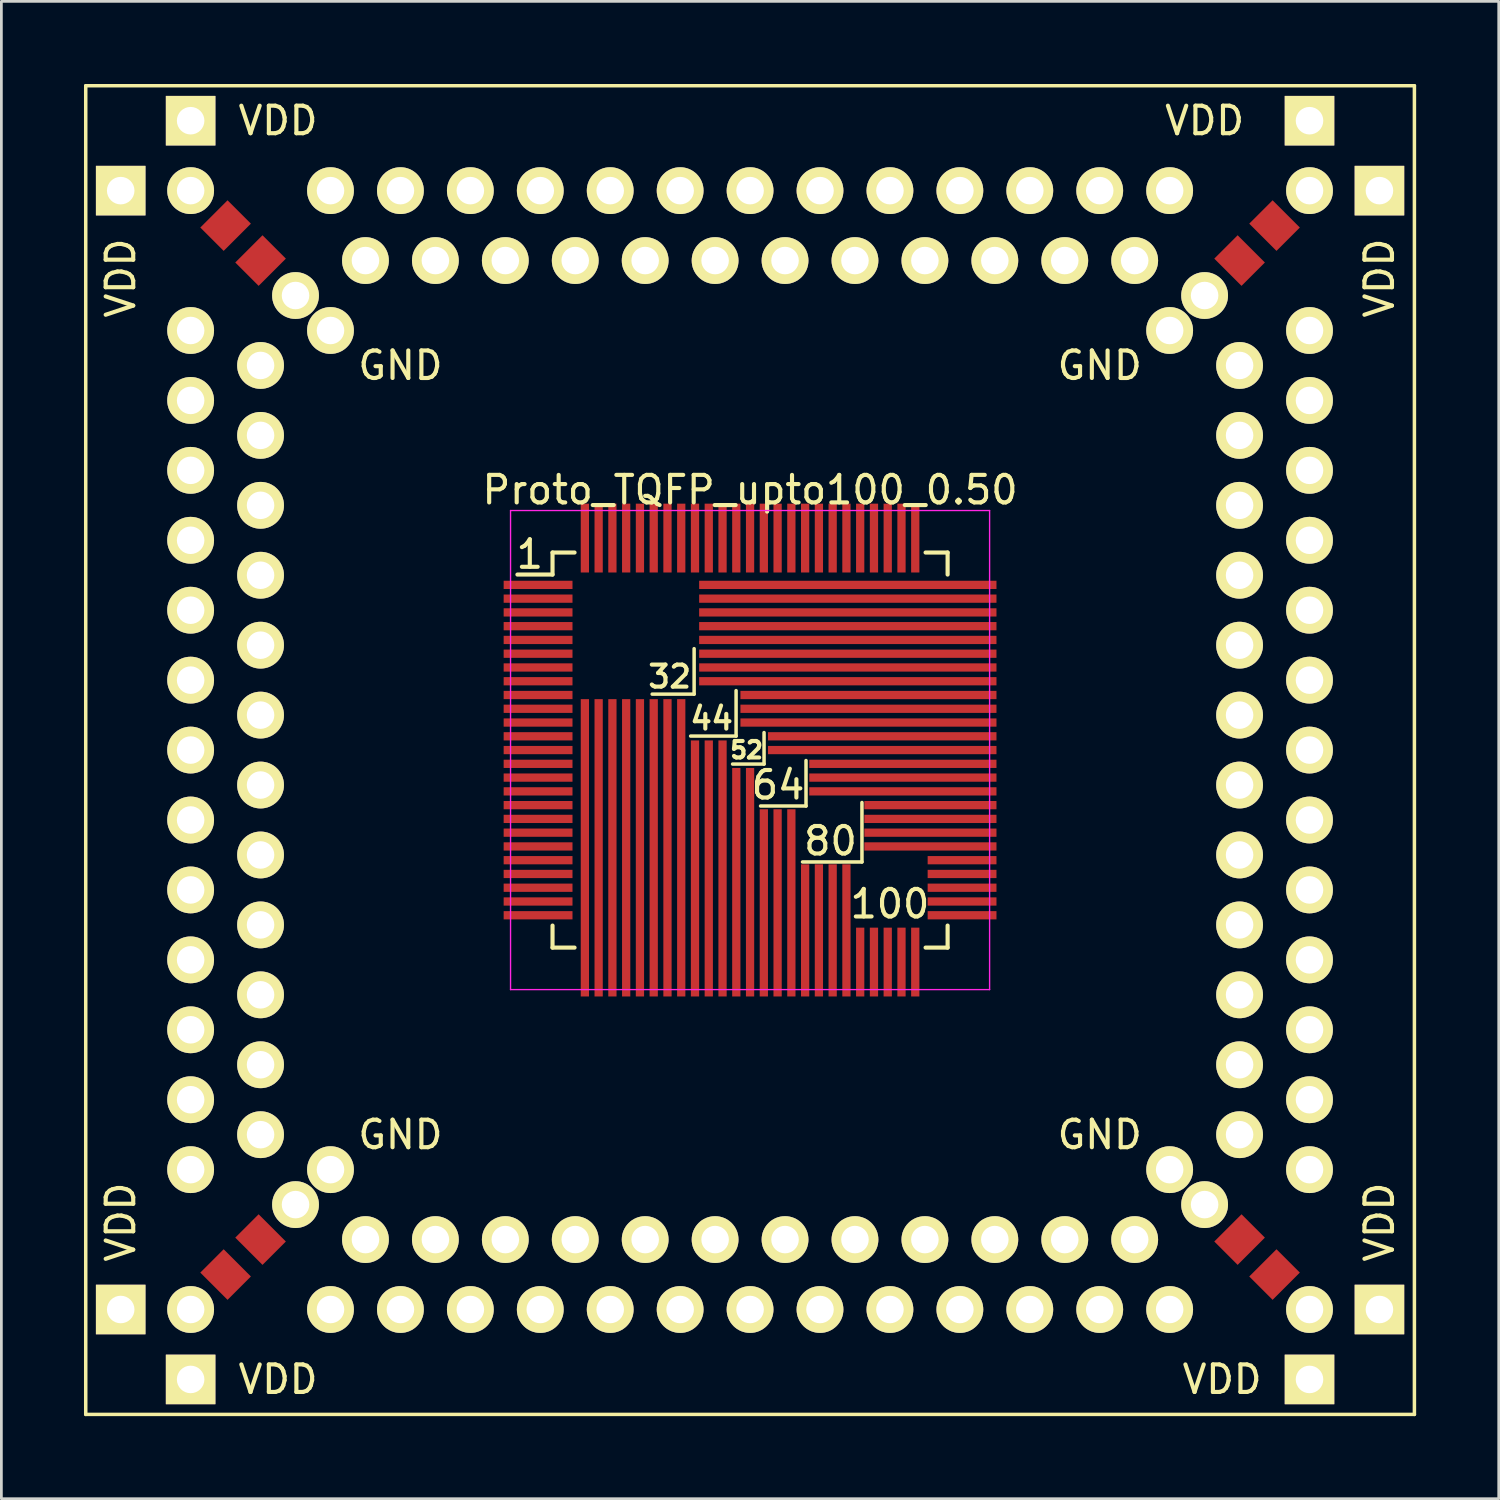
<source format=kicad_pcb>
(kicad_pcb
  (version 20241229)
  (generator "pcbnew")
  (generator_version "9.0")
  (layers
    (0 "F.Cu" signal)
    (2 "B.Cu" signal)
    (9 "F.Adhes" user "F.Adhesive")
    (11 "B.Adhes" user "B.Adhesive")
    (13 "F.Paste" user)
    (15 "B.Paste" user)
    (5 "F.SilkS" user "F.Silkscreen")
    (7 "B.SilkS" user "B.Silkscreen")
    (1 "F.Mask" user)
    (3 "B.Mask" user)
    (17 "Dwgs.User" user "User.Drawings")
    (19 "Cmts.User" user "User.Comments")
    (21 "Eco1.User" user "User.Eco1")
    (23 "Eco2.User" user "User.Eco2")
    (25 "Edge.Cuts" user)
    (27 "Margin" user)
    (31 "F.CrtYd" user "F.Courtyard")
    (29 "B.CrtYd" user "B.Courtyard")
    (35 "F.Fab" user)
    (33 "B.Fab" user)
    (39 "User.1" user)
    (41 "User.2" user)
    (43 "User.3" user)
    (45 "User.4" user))
  (footprint "Proto_TQFP_upto100_0.50"
    (layer "F.Cu")
    (at 24.194 24.194)
    (property "Reference" "Proto_TQFP_upto100_0.50" (at 0 -9.45 0) (layer "F.SilkS") (effects (font (size 1 1) (thickness 0.15))))
    (attr smd)
    (fp_line (start -24.13 -24.13) (end 24.13 -24.13) (stroke (width 0.127) (type solid)) (layer "F.SilkS"))
    (fp_line (start -24.13 24.13) (end -24.13 -24.13) (stroke (width 0.127) (type solid)) (layer "F.SilkS"))
    (fp_line (start -7.175 -7.175) (end -7.175 -6.375) (stroke (width 0.15) (type solid)) (layer "F.SilkS"))
    (fp_line (start -7.175 -7.175) (end -6.375 -7.175) (stroke (width 0.15) (type solid)) (layer "F.SilkS"))
    (fp_line (start -7.175 -6.375) (end -8.45 -6.375) (stroke (width 0.15) (type solid)) (layer "F.SilkS"))
    (fp_line (start -7.175 7.175) (end -7.175 6.375) (stroke (width 0.15) (type solid)) (layer "F.SilkS"))
    (fp_line (start -7.175 7.175) (end -6.375 7.175) (stroke (width 0.15) (type solid)) (layer "F.SilkS"))
    (fp_line (start -2.032 -3.683) (end -2.032 -2.032) (stroke (width 0.127) (type solid)) (layer "F.SilkS"))
    (fp_line (start -2.032 -2.032) (end -3.556 -2.032) (stroke (width 0.127) (type solid)) (layer "F.SilkS"))
    (fp_line (start -0.508 -2.159) (end -0.508 -0.508) (stroke (width 0.127) (type solid)) (layer "F.SilkS"))
    (fp_line (start -0.508 -0.508) (end -2.159 -0.508) (stroke (width 0.127) (type solid)) (layer "F.SilkS"))
    (fp_line (start 0.508 -0.635) (end 0.508 0.508) (stroke (width 0.127) (type solid)) (layer "F.SilkS"))
    (fp_line (start 0.508 0.508) (end -0.635 0.508) (stroke (width 0.127) (type solid)) (layer "F.SilkS"))
    (fp_line (start 2.032 0.381) (end 2.032 2.032) (stroke (width 0.127) (type solid)) (layer "F.SilkS"))
    (fp_line (start 2.032 2.032) (end 0.381 2.032) (stroke (width 0.127) (type solid)) (layer "F.SilkS"))
    (fp_line (start 4.064 1.905) (end 4.064 4.064) (stroke (width 0.127) (type solid)) (layer "F.SilkS"))
    (fp_line (start 4.064 4.064) (end 1.905 4.064) (stroke (width 0.127) (type solid)) (layer "F.SilkS"))
    (fp_line (start 7.175 -7.175) (end 6.375 -7.175) (stroke (width 0.15) (type solid)) (layer "F.SilkS"))
    (fp_line (start 7.175 -7.175) (end 7.175 -6.375) (stroke (width 0.15) (type solid)) (layer "F.SilkS"))
    (fp_line (start 7.175 7.175) (end 6.375 7.175) (stroke (width 0.15) (type solid)) (layer "F.SilkS"))
    (fp_line (start 7.175 7.175) (end 7.175 6.375) (stroke (width 0.15) (type solid)) (layer "F.SilkS"))
    (fp_line (start 24.13 -24.13) (end 24.13 24.13) (stroke (width 0.127) (type solid)) (layer "F.SilkS"))
    (fp_line (start 24.13 24.13) (end -24.13 24.13) (stroke (width 0.127) (type solid)) (layer "F.SilkS"))
    (fp_line (start -8.7 -8.7) (end -8.7 8.7) (stroke (width 0.05) (type solid)) (layer "F.CrtYd"))
    (fp_line (start -8.7 -8.7) (end 8.7 -8.7) (stroke (width 0.05) (type solid)) (layer "F.CrtYd"))
    (fp_line (start -8.7 8.7) (end 8.7 8.7) (stroke (width 0.05) (type solid)) (layer "F.CrtYd"))
    (fp_line (start 8.7 -8.7) (end 8.7 8.7) (stroke (width 0.05) (type solid)) (layer "F.CrtYd"))
    (fp_text user "VDD" (at -22.86 17.145 90) (layer "F.SilkS") (effects (font (size 1 1) (thickness 0.15))))
    (fp_text user "44" (at -1.397 -1.143 0) (layer "F.SilkS") (effects (font (size 0.8 0.8) (thickness 0.15))))
    (fp_text user "VDD" (at 22.86 -17.145 90) (layer "F.SilkS") (effects (font (size 1 1) (thickness 0.15))))
    (fp_text user "1" (at -8.001 -7.112 180) (layer "F.SilkS") (effects (font (size 1 1) (thickness 0.15))))
    (fp_text user "VDD" (at -17.145 -22.86 0) (layer "F.SilkS") (effects (font (size 1 1) (thickness 0.15))))
    (fp_text user "GND" (at 12.7 -13.97 0) (layer "F.SilkS") (effects (font (size 1 1) (thickness 0.15))))
    (fp_text user "GND" (at 12.7 13.97 0) (layer "F.SilkS") (effects (font (size 1 1) (thickness 0.15))))
    (fp_text user "80" (at 2.921 3.302 0) (layer "F.SilkS") (effects (font (size 1 1) (thickness 0.15))))
    (fp_text user "VDD" (at 16.51 -22.86 0) (layer "F.SilkS") (effects (font (size 1 1) (thickness 0.15))))
    (fp_text user "VDD" (at 22.86 17.145 90) (layer "F.SilkS") (effects (font (size 1 1) (thickness 0.15))))
    (fp_text user "100" (at 5.08 5.588 0) (layer "F.SilkS") (effects (font (size 1 1) (thickness 0.15))))
    (fp_text user "GND" (at -12.7 -13.97 0) (layer "F.SilkS") (effects (font (size 1 1) (thickness 0.15))))
    (fp_text user "VDD" (at -17.145 22.86 0) (layer "F.SilkS") (effects (font (size 1 1) (thickness 0.15))))
    (fp_text user "GND" (at -12.7 13.97 0) (layer "F.SilkS") (effects (font (size 1 1) (thickness 0.15))))
    (fp_text user "32" (at -2.921 -2.667 0) (layer "F.SilkS") (effects (font (size 0.8 0.8) (thickness 0.15))))
    (fp_text user "VDD" (at 17.145 22.86 0) (layer "F.SilkS") (effects (font (size 1 1) (thickness 0.15))))
    (fp_text user "64" (at 1.016 1.27 0) (layer "F.SilkS") (effects (font (size 1 1) (thickness 0.15))))
    (fp_text user "52" (at -0.127 0 0) (layer "F.SilkS") (effects (font (size 0.6 0.6) (thickness 0.15))))
    (fp_text user "VDD" (at -22.86 -17.145 90) (layer "F.SilkS") (effects (font (size 1 1) (thickness 0.15))))
    (pad "1" thru_hole circle (at -20.32 -15.24) (size 1.7 1.7) (drill 1) (layers "*.Cu" "*.Mask" "F.SilkS"))
    (pad "1" smd rect (at -7.7 -6) (size 2.5 0.3) (layers "F.Cu" "F.Mask" "F.Paste"))
    (pad "2" thru_hole circle (at -17.78 -13.97) (size 1.7 1.7) (drill 1) (layers "*.Cu" "*.Mask" "F.SilkS"))
    (pad "2" smd rect (at -7.7 -5.5) (size 2.5 0.3) (layers "F.Cu" "F.Mask" "F.Paste"))
    (pad "3" thru_hole circle (at -20.32 -12.7) (size 1.7 1.7) (drill 1) (layers "*.Cu" "*.Mask" "F.SilkS"))
    (pad "3" smd rect (at -7.7 -5) (size 2.5 0.3) (layers "F.Cu" "F.Mask" "F.Paste"))
    (pad "4" thru_hole circle (at -17.78 -11.43) (size 1.7 1.7) (drill 1) (layers "*.Cu" "*.Mask" "F.SilkS"))
    (pad "4" smd rect (at -7.7 -4.5) (size 2.5 0.3) (layers "F.Cu" "F.Mask" "F.Paste"))
    (pad "5" thru_hole circle (at -20.32 -10.16) (size 1.7 1.7) (drill 1) (layers "*.Cu" "*.Mask" "F.SilkS"))
    (pad "5" smd rect (at -7.7 -4) (size 2.5 0.3) (layers "F.Cu" "F.Mask" "F.Paste"))
    (pad "6" thru_hole circle (at -17.78 -8.89) (size 1.7 1.7) (drill 1) (layers "*.Cu" "*.Mask" "F.SilkS"))
    (pad "6" smd rect (at -7.7 -3.5) (size 2.5 0.3) (layers "F.Cu" "F.Mask" "F.Paste"))
    (pad "7" thru_hole circle (at -20.32 -7.62) (size 1.7 1.7) (drill 1) (layers "*.Cu" "*.Mask" "F.SilkS"))
    (pad "7" smd rect (at -7.7 -3) (size 2.5 0.3) (layers "F.Cu" "F.Mask" "F.Paste"))
    (pad "8" thru_hole circle (at -17.78 -6.35) (size 1.7 1.7) (drill 1) (layers "*.Cu" "*.Mask" "F.SilkS"))
    (pad "8" smd rect (at -7.7 -2.5) (size 2.5 0.3) (layers "F.Cu" "F.Mask" "F.Paste"))
    (pad "9" thru_hole circle (at -20.32 -5.08) (size 1.7 1.7) (drill 1) (layers "*.Cu" "*.Mask" "F.SilkS"))
    (pad "9" smd rect (at -7.7 -2) (size 2.5 0.3) (layers "F.Cu" "F.Mask" "F.Paste"))
    (pad "10" thru_hole circle (at -17.78 -3.81) (size 1.7 1.7) (drill 1) (layers "*.Cu" "*.Mask" "F.SilkS"))
    (pad "10" smd rect (at -7.7 -1.5) (size 2.5 0.3) (layers "F.Cu" "F.Mask" "F.Paste"))
    (pad "11" thru_hole circle (at -20.32 -2.54) (size 1.7 1.7) (drill 1) (layers "*.Cu" "*.Mask" "F.SilkS"))
    (pad "11" smd rect (at -7.7 -1) (size 2.5 0.3) (layers "F.Cu" "F.Mask" "F.Paste"))
    (pad "12" thru_hole circle (at -17.78 -1.27) (size 1.7 1.7) (drill 1) (layers "*.Cu" "*.Mask" "F.SilkS"))
    (pad "12" smd rect (at -7.7 -0.5) (size 2.5 0.3) (layers "F.Cu" "F.Mask" "F.Paste"))
    (pad "13" thru_hole circle (at -20.32 0) (size 1.7 1.7) (drill 1) (layers "*.Cu" "*.Mask" "F.SilkS"))
    (pad "13" smd rect (at -7.7 0) (size 2.5 0.3) (layers "F.Cu" "F.Mask" "F.Paste"))
    (pad "14" thru_hole circle (at -17.78 1.27) (size 1.7 1.7) (drill 1) (layers "*.Cu" "*.Mask" "F.SilkS"))
    (pad "14" smd rect (at -7.7 0.5) (size 2.5 0.3) (layers "F.Cu" "F.Mask" "F.Paste"))
    (pad "15" thru_hole circle (at -20.32 2.54) (size 1.7 1.7) (drill 1) (layers "*.Cu" "*.Mask" "F.SilkS"))
    (pad "15" smd rect (at -7.7 1) (size 2.5 0.3) (layers "F.Cu" "F.Mask" "F.Paste"))
    (pad "16" thru_hole circle (at -17.78 3.81) (size 1.7 1.7) (drill 1) (layers "*.Cu" "*.Mask" "F.SilkS"))
    (pad "16" smd rect (at -7.7 1.5) (size 2.5 0.3) (layers "F.Cu" "F.Mask" "F.Paste"))
    (pad "17" thru_hole circle (at -20.32 5.08) (size 1.7 1.7) (drill 1) (layers "*.Cu" "*.Mask" "F.SilkS"))
    (pad "17" smd rect (at -7.7 2) (size 2.5 0.3) (layers "F.Cu" "F.Mask" "F.Paste"))
    (pad "18" thru_hole circle (at -17.78 6.35) (size 1.7 1.7) (drill 1) (layers "*.Cu" "*.Mask" "F.SilkS"))
    (pad "18" smd rect (at -7.7 2.5) (size 2.5 0.3) (layers "F.Cu" "F.Mask" "F.Paste"))
    (pad "19" thru_hole circle (at -20.32 7.62) (size 1.7 1.7) (drill 1) (layers "*.Cu" "*.Mask" "F.SilkS"))
    (pad "19" smd rect (at -7.7 3) (size 2.5 0.3) (layers "F.Cu" "F.Mask" "F.Paste"))
    (pad "20" thru_hole circle (at -17.78 8.89) (size 1.7 1.7) (drill 1) (layers "*.Cu" "*.Mask" "F.SilkS"))
    (pad "20" smd rect (at -7.7 3.5) (size 2.5 0.3) (layers "F.Cu" "F.Mask" "F.Paste"))
    (pad "21" thru_hole circle (at -20.32 10.16) (size 1.7 1.7) (drill 1) (layers "*.Cu" "*.Mask" "F.SilkS"))
    (pad "21" smd rect (at -7.7 4) (size 2.5 0.3) (layers "F.Cu" "F.Mask" "F.Paste"))
    (pad "22" thru_hole circle (at -17.78 11.43) (size 1.7 1.7) (drill 1) (layers "*.Cu" "*.Mask" "F.SilkS"))
    (pad "22" smd rect (at -7.7 4.5) (size 2.5 0.3) (layers "F.Cu" "F.Mask" "F.Paste"))
    (pad "23" thru_hole circle (at -20.32 12.7) (size 1.7 1.7) (drill 1) (layers "*.Cu" "*.Mask" "F.SilkS"))
    (pad "23" smd rect (at -7.7 5) (size 2.5 0.3) (layers "F.Cu" "F.Mask" "F.Paste"))
    (pad "24" thru_hole circle (at -17.78 13.97) (size 1.7 1.7) (drill 1) (layers "*.Cu" "*.Mask" "F.SilkS"))
    (pad "24" smd rect (at -7.7 5.5) (size 2.5 0.3) (layers "F.Cu" "F.Mask" "F.Paste"))
    (pad "25" thru_hole circle (at -20.32 15.24) (size 1.7 1.7) (drill 1) (layers "*.Cu" "*.Mask" "F.SilkS"))
    (pad "25" smd rect (at -7.7 6) (size 2.5 0.3) (layers "F.Cu" "F.Mask" "F.Paste"))
    (pad "26" thru_hole circle (at -15.24 20.32) (size 1.7 1.7) (drill 1) (layers "*.Cu" "*.Mask" "F.SilkS"))
    (pad "26" smd rect (at -6 3.55 90) (size 10.8 0.3) (layers "F.Cu" "F.Mask" "F.Paste"))
    (pad "27" thru_hole circle (at -13.97 17.78) (size 1.7 1.7) (drill 1) (layers "*.Cu" "*.Mask" "F.SilkS"))
    (pad "27" smd rect (at -5.5 3.55 90) (size 10.8 0.3) (layers "F.Cu" "F.Mask" "F.Paste"))
    (pad "28" thru_hole circle (at -12.7 20.32) (size 1.7 1.7) (drill 1) (layers "*.Cu" "*.Mask" "F.SilkS"))
    (pad "28" smd rect (at -5 3.55 90) (size 10.8 0.3) (layers "F.Cu" "F.Mask" "F.Paste"))
    (pad "29" thru_hole circle (at -11.43 17.78) (size 1.7 1.7) (drill 1) (layers "*.Cu" "*.Mask" "F.SilkS"))
    (pad "29" smd rect (at -4.5 3.55 90) (size 10.8 0.3) (layers "F.Cu" "F.Mask" "F.Paste"))
    (pad "30" thru_hole circle (at -10.16 20.32) (size 1.7 1.7) (drill 1) (layers "*.Cu" "*.Mask" "F.SilkS"))
    (pad "30" smd rect (at -4 3.55 90) (size 10.8 0.3) (layers "F.Cu" "F.Mask" "F.Paste"))
    (pad "31" thru_hole circle (at -8.89 17.78) (size 1.7 1.7) (drill 1) (layers "*.Cu" "*.Mask" "F.SilkS"))
    (pad "31" smd rect (at -3.5 3.55 90) (size 10.8 0.3) (layers "F.Cu" "F.Mask" "F.Paste"))
    (pad "32" thru_hole circle (at -7.62 20.32) (size 1.7 1.7) (drill 1) (layers "*.Cu" "*.Mask" "F.SilkS"))
    (pad "32" smd rect (at -3 3.55 90) (size 10.8 0.3) (layers "F.Cu" "F.Mask" "F.Paste"))
    (pad "33" thru_hole circle (at -6.35 17.78) (size 1.7 1.7) (drill 1) (layers "*.Cu" "*.Mask" "F.SilkS"))
    (pad "33" smd rect (at -2.5 3.55 90) (size 10.8 0.3) (layers "F.Cu" "F.Mask" "F.Paste"))
    (pad "34" thru_hole circle (at -5.08 20.32) (size 1.7 1.7) (drill 1) (layers "*.Cu" "*.Mask" "F.SilkS"))
    (pad "34" smd rect (at -2 4.3 90) (size 9.3 0.3) (layers "F.Cu" "F.Mask" "F.Paste"))
    (pad "35" thru_hole circle (at -3.81 17.78) (size 1.7 1.7) (drill 1) (layers "*.Cu" "*.Mask" "F.SilkS"))
    (pad "35" smd rect (at -1.5 4.3 90) (size 9.3 0.3) (layers "F.Cu" "F.Mask" "F.Paste"))
    (pad "36" thru_hole circle (at -2.54 20.32) (size 1.7 1.7) (drill 1) (layers "*.Cu" "*.Mask" "F.SilkS"))
    (pad "36" smd rect (at -1 4.3 90) (size 9.3 0.3) (layers "F.Cu" "F.Mask" "F.Paste"))
    (pad "37" thru_hole circle (at -1.27 17.78) (size 1.7 1.7) (drill 1) (layers "*.Cu" "*.Mask" "F.SilkS"))
    (pad "37" smd rect (at -0.5 4.8 90) (size 8.3 0.3) (layers "F.Cu" "F.Mask" "F.Paste"))
    (pad "38" smd rect (at 0 4.8 90) (size 8.3 0.3) (layers "F.Cu" "F.Mask" "F.Paste"))
    (pad "38" thru_hole circle (at 0 20.32) (size 1.7 1.7) (drill 1) (layers "*.Cu" "*.Mask" "F.SilkS"))
    (pad "39" smd rect (at 0.5 5.55 90) (size 6.8 0.3) (layers "F.Cu" "F.Mask" "F.Paste"))
    (pad "39" thru_hole circle (at 1.27 17.78) (size 1.7 1.7) (drill 1) (layers "*.Cu" "*.Mask" "F.SilkS"))
    (pad "40" smd rect (at 1 5.55 90) (size 6.8 0.3) (layers "F.Cu" "F.Mask" "F.Paste"))
    (pad "40" thru_hole circle (at 2.54 20.32) (size 1.7 1.7) (drill 1) (layers "*.Cu" "*.Mask" "F.SilkS"))
    (pad "41" smd rect (at 1.5 5.55 90) (size 6.8 0.3) (layers "F.Cu" "F.Mask" "F.Paste"))
    (pad "41" thru_hole circle (at 3.81 17.78) (size 1.7 1.7) (drill 1) (layers "*.Cu" "*.Mask" "F.SilkS"))
    (pad "42" smd rect (at 2 6.55 90) (size 4.8 0.3) (layers "F.Cu" "F.Mask" "F.Paste"))
    (pad "42" thru_hole circle (at 5.08 20.32) (size 1.7 1.7) (drill 1) (layers "*.Cu" "*.Mask" "F.SilkS"))
    (pad "43" smd rect (at 2.5 6.55 90) (size 4.8 0.3) (layers "F.Cu" "F.Mask" "F.Paste"))
    (pad "43" thru_hole circle (at 6.35 17.78) (size 1.7 1.7) (drill 1) (layers "*.Cu" "*.Mask" "F.SilkS"))
    (pad "44" smd rect (at 3 6.55 90) (size 4.8 0.3) (layers "F.Cu" "F.Mask" "F.Paste"))
    (pad "44" thru_hole circle (at 7.62 20.32) (size 1.7 1.7) (drill 1) (layers "*.Cu" "*.Mask" "F.SilkS"))
    (pad "45" smd rect (at 3.5 6.55 90) (size 4.8 0.3) (layers "F.Cu" "F.Mask" "F.Paste"))
    (pad "45" thru_hole circle (at 8.89 17.78) (size 1.7 1.7) (drill 1) (layers "*.Cu" "*.Mask" "F.SilkS"))
    (pad "46" smd rect (at 4 7.7 90) (size 2.5 0.3) (layers "F.Cu" "F.Mask" "F.Paste"))
    (pad "46" thru_hole circle (at 10.16 20.32) (size 1.7 1.7) (drill 1) (layers "*.Cu" "*.Mask" "F.SilkS"))
    (pad "47" smd rect (at 4.5 7.7 90) (size 2.5 0.3) (layers "F.Cu" "F.Mask" "F.Paste"))
    (pad "47" thru_hole circle (at 11.43 17.78) (size 1.7 1.7) (drill 1) (layers "*.Cu" "*.Mask" "F.SilkS"))
    (pad "48" smd rect (at 5 7.7 90) (size 2.5 0.3) (layers "F.Cu" "F.Mask" "F.Paste"))
    (pad "48" thru_hole circle (at 12.7 20.32) (size 1.7 1.7) (drill 1) (layers "*.Cu" "*.Mask" "F.SilkS"))
    (pad "49" smd rect (at 5.5 7.7 90) (size 2.5 0.3) (layers "F.Cu" "F.Mask" "F.Paste"))
    (pad "49" thru_hole circle (at 13.97 17.78) (size 1.7 1.7) (drill 1) (layers "*.Cu" "*.Mask" "F.SilkS"))
    (pad "50" smd rect (at 6 7.7 90) (size 2.5 0.3) (layers "F.Cu" "F.Mask" "F.Paste"))
    (pad "50" thru_hole circle (at 15.24 20.32) (size 1.7 1.7) (drill 1) (layers "*.Cu" "*.Mask" "F.SilkS"))
    (pad "51" smd rect (at 7.7 6) (size 2.5 0.3) (layers "F.Cu" "F.Mask" "F.Paste"))
    (pad "51" thru_hole circle (at 20.32 15.24) (size 1.7 1.7) (drill 1) (layers "*.Cu" "*.Mask" "F.SilkS"))
    (pad "52" smd rect (at 7.7 5.5) (size 2.5 0.3) (layers "F.Cu" "F.Mask" "F.Paste"))
    (pad "52" thru_hole circle (at 17.78 13.97) (size 1.7 1.7) (drill 1) (layers "*.Cu" "*.Mask" "F.SilkS"))
    (pad "53" smd rect (at 7.7 5) (size 2.5 0.3) (layers "F.Cu" "F.Mask" "F.Paste"))
    (pad "53" thru_hole circle (at 20.32 12.7) (size 1.7 1.7) (drill 1) (layers "*.Cu" "*.Mask" "F.SilkS"))
    (pad "54" smd rect (at 7.7 4.5) (size 2.5 0.3) (layers "F.Cu" "F.Mask" "F.Paste"))
    (pad "54" thru_hole circle (at 17.78 11.43) (size 1.7 1.7) (drill 1) (layers "*.Cu" "*.Mask" "F.SilkS"))
    (pad "55" smd rect (at 7.7 4) (size 2.5 0.3) (layers "F.Cu" "F.Mask" "F.Paste"))
    (pad "55" thru_hole circle (at 20.32 10.16) (size 1.7 1.7) (drill 1) (layers "*.Cu" "*.Mask" "F.SilkS"))
    (pad "56" smd rect (at 6.55 3.5) (size 4.8 0.3) (layers "F.Cu" "F.Mask" "F.Paste"))
    (pad "56" thru_hole circle (at 17.78 8.89) (size 1.7 1.7) (drill 1) (layers "*.Cu" "*.Mask" "F.SilkS"))
    (pad "57" smd rect (at 6.55 3) (size 4.8 0.3) (layers "F.Cu" "F.Mask" "F.Paste"))
    (pad "57" thru_hole circle (at 20.32 7.62) (size 1.7 1.7) (drill 1) (layers "*.Cu" "*.Mask" "F.SilkS"))
    (pad "58" smd rect (at 6.55 2.5) (size 4.8 0.3) (layers "F.Cu" "F.Mask" "F.Paste"))
    (pad "58" thru_hole circle (at 17.78 6.35) (size 1.7 1.7) (drill 1) (layers "*.Cu" "*.Mask" "F.SilkS"))
    (pad "59" smd rect (at 6.55 2) (size 4.8 0.3) (layers "F.Cu" "F.Mask" "F.Paste"))
    (pad "59" thru_hole circle (at 20.32 5.08) (size 1.7 1.7) (drill 1) (layers "*.Cu" "*.Mask" "F.SilkS"))
    (pad "60" smd rect (at 5.55 1.5) (size 6.8 0.3) (layers "F.Cu" "F.Mask" "F.Paste"))
    (pad "60" thru_hole circle (at 17.78 3.81) (size 1.7 1.7) (drill 1) (layers "*.Cu" "*.Mask" "F.SilkS"))
    (pad "61" smd rect (at 5.55 1) (size 6.8 0.3) (layers "F.Cu" "F.Mask" "F.Paste"))
    (pad "61" thru_hole circle (at 20.32 2.54) (size 1.7 1.7) (drill 1) (layers "*.Cu" "*.Mask" "F.SilkS"))
    (pad "62" smd rect (at 5.55 0.5) (size 6.8 0.3) (layers "F.Cu" "F.Mask" "F.Paste"))
    (pad "62" thru_hole circle (at 17.78 1.27) (size 1.7 1.7) (drill 1) (layers "*.Cu" "*.Mask" "F.SilkS"))
    (pad "63" smd rect (at 4.8 0) (size 8.3 0.3) (layers "F.Cu" "F.Mask" "F.Paste"))
    (pad "63" thru_hole circle (at 20.32 0) (size 1.7 1.7) (drill 1) (layers "*.Cu" "*.Mask" "F.SilkS"))
    (pad "64" smd rect (at 4.8 -0.5) (size 8.3 0.3) (layers "F.Cu" "F.Mask" "F.Paste"))
    (pad "64" thru_hole circle (at 17.78 -1.27) (size 1.7 1.7) (drill 1) (layers "*.Cu" "*.Mask" "F.SilkS"))
    (pad "65" smd rect (at 4.3 -1) (size 9.3 0.3) (layers "F.Cu" "F.Mask" "F.Paste"))
    (pad "65" thru_hole circle (at 20.32 -2.54) (size 1.7 1.7) (drill 1) (layers "*.Cu" "*.Mask" "F.SilkS"))
    (pad "66" smd rect (at 4.3 -1.5) (size 9.3 0.3) (layers "F.Cu" "F.Mask" "F.Paste"))
    (pad "66" thru_hole circle (at 17.78 -3.81) (size 1.7 1.7) (drill 1) (layers "*.Cu" "*.Mask" "F.SilkS"))
    (pad "67" smd rect (at 4.3 -2) (size 9.3 0.3) (layers "F.Cu" "F.Mask" "F.Paste"))
    (pad "67" thru_hole circle (at 20.32 -5.08) (size 1.7 1.7) (drill 1) (layers "*.Cu" "*.Mask" "F.SilkS"))
    (pad "68" smd rect (at 3.55 -2.5) (size 10.8 0.3) (layers "F.Cu" "F.Mask" "F.Paste"))
    (pad "68" thru_hole circle (at 17.78 -6.35) (size 1.7 1.7) (drill 1) (layers "*.Cu" "*.Mask" "F.SilkS"))
    (pad "69" smd rect (at 3.55 -3) (size 10.8 0.3) (layers "F.Cu" "F.Mask" "F.Paste"))
    (pad "69" thru_hole circle (at 20.32 -7.62) (size 1.7 1.7) (drill 1) (layers "*.Cu" "*.Mask" "F.SilkS"))
    (pad "70" smd rect (at 3.55 -3.5) (size 10.8 0.3) (layers "F.Cu" "F.Mask" "F.Paste"))
    (pad "70" thru_hole circle (at 17.78 -8.89) (size 1.7 1.7) (drill 1) (layers "*.Cu" "*.Mask" "F.SilkS"))
    (pad "71" smd rect (at 3.55 -4) (size 10.8 0.3) (layers "F.Cu" "F.Mask" "F.Paste"))
    (pad "71" thru_hole circle (at 20.32 -10.16) (size 1.7 1.7) (drill 1) (layers "*.Cu" "*.Mask" "F.SilkS"))
    (pad "72" smd rect (at 3.55 -4.5) (size 10.8 0.3) (layers "F.Cu" "F.Mask" "F.Paste"))
    (pad "72" thru_hole circle (at 17.78 -11.43) (size 1.7 1.7) (drill 1) (layers "*.Cu" "*.Mask" "F.SilkS"))
    (pad "73" smd rect (at 3.55 -5) (size 10.8 0.3) (layers "F.Cu" "F.Mask" "F.Paste"))
    (pad "73" thru_hole circle (at 20.32 -12.7) (size 1.7 1.7) (drill 1) (layers "*.Cu" "*.Mask" "F.SilkS"))
    (pad "74" smd rect (at 3.55 -5.5) (size 10.8 0.3) (layers "F.Cu" "F.Mask" "F.Paste"))
    (pad "74" thru_hole circle (at 17.78 -13.97) (size 1.7 1.7) (drill 1) (layers "*.Cu" "*.Mask" "F.SilkS"))
    (pad "75" smd rect (at 3.55 -6) (size 10.8 0.3) (layers "F.Cu" "F.Mask" "F.Paste"))
    (pad "75" thru_hole circle (at 20.32 -15.24) (size 1.7 1.7) (drill 1) (layers "*.Cu" "*.Mask" "F.SilkS"))
    (pad "76" smd rect (at 6 -7.7 90) (size 2.5 0.3) (layers "F.Cu" "F.Mask" "F.Paste"))
    (pad "76" thru_hole circle (at 15.24 -20.32) (size 1.7 1.7) (drill 1) (layers "*.Cu" "*.Mask" "F.SilkS"))
    (pad "77" smd rect (at 5.5 -7.7 90) (size 2.5 0.3) (layers "F.Cu" "F.Mask" "F.Paste"))
    (pad "77" thru_hole circle (at 13.97 -17.78) (size 1.7 1.7) (drill 1) (layers "*.Cu" "*.Mask" "F.SilkS"))
    (pad "78" smd rect (at 5 -7.7 90) (size 2.5 0.3) (layers "F.Cu" "F.Mask" "F.Paste"))
    (pad "78" thru_hole circle (at 12.7 -20.32) (size 1.7 1.7) (drill 1) (layers "*.Cu" "*.Mask" "F.SilkS"))
    (pad "79" smd rect (at 4.5 -7.7 90) (size 2.5 0.3) (layers "F.Cu" "F.Mask" "F.Paste"))
    (pad "79" thru_hole circle (at 11.43 -17.78) (size 1.7 1.7) (drill 1) (layers "*.Cu" "*.Mask" "F.SilkS"))
    (pad "80" smd rect (at 4 -7.7 90) (size 2.5 0.3) (layers "F.Cu" "F.Mask" "F.Paste"))
    (pad "80" thru_hole circle (at 10.16 -20.32) (size 1.7 1.7) (drill 1) (layers "*.Cu" "*.Mask" "F.SilkS"))
    (pad "81" smd rect (at 3.5 -7.7 90) (size 2.5 0.3) (layers "F.Cu" "F.Mask" "F.Paste"))
    (pad "81" thru_hole circle (at 8.89 -17.78) (size 1.7 1.7) (drill 1) (layers "*.Cu" "*.Mask" "F.SilkS"))
    (pad "82" smd rect (at 3 -7.7 90) (size 2.5 0.3) (layers "F.Cu" "F.Mask" "F.Paste"))
    (pad "82" thru_hole circle (at 7.62 -20.32) (size 1.7 1.7) (drill 1) (layers "*.Cu" "*.Mask" "F.SilkS"))
    (pad "83" smd rect (at 2.5 -7.7 90) (size 2.5 0.3) (layers "F.Cu" "F.Mask" "F.Paste"))
    (pad "83" thru_hole circle (at 6.35 -17.78) (size 1.7 1.7) (drill 1) (layers "*.Cu" "*.Mask" "F.SilkS"))
    (pad "84" smd rect (at 2 -7.7 90) (size 2.5 0.3) (layers "F.Cu" "F.Mask" "F.Paste"))
    (pad "84" thru_hole circle (at 5.08 -20.32) (size 1.7 1.7) (drill 1) (layers "*.Cu" "*.Mask" "F.SilkS"))
    (pad "85" smd rect (at 1.5 -7.7 90) (size 2.5 0.3) (layers "F.Cu" "F.Mask" "F.Paste"))
    (pad "85" thru_hole circle (at 3.81 -17.78) (size 1.7 1.7) (drill 1) (layers "*.Cu" "*.Mask" "F.SilkS"))
    (pad "86" smd rect (at 1 -7.7 90) (size 2.5 0.3) (layers "F.Cu" "F.Mask" "F.Paste"))
    (pad "86" thru_hole circle (at 2.54 -20.32) (size 1.7 1.7) (drill 1) (layers "*.Cu" "*.Mask" "F.SilkS"))
    (pad "87" smd rect (at 0.5 -7.7 90) (size 2.5 0.3) (layers "F.Cu" "F.Mask" "F.Paste"))
    (pad "87" thru_hole circle (at 1.27 -17.78) (size 1.7 1.7) (drill 1) (layers "*.Cu" "*.Mask" "F.SilkS"))
    (pad "88" thru_hole circle (at 0 -20.32) (size 1.7 1.7) (drill 1) (layers "*.Cu" "*.Mask" "F.SilkS"))
    (pad "88" smd rect (at 0 -7.7 90) (size 2.5 0.3) (layers "F.Cu" "F.Mask" "F.Paste"))
    (pad "89" thru_hole circle (at -1.27 -17.78) (size 1.7 1.7) (drill 1) (layers "*.Cu" "*.Mask" "F.SilkS"))
    (pad "89" smd rect (at -0.5 -7.7 90) (size 2.5 0.3) (layers "F.Cu" "F.Mask" "F.Paste"))
    (pad "90" thru_hole circle (at -2.54 -20.32) (size 1.7 1.7) (drill 1) (layers "*.Cu" "*.Mask" "F.SilkS"))
    (pad "90" smd rect (at -1 -7.7 90) (size 2.5 0.3) (layers "F.Cu" "F.Mask" "F.Paste"))
    (pad "91" thru_hole circle (at -3.81 -17.78) (size 1.7 1.7) (drill 1) (layers "*.Cu" "*.Mask" "F.SilkS"))
    (pad "91" smd rect (at -1.5 -7.7 90) (size 2.5 0.3) (layers "F.Cu" "F.Mask" "F.Paste"))
    (pad "92" thru_hole circle (at -5.08 -20.32) (size 1.7 1.7) (drill 1) (layers "*.Cu" "*.Mask" "F.SilkS"))
    (pad "92" smd rect (at -2 -7.7 90) (size 2.5 0.3) (layers "F.Cu" "F.Mask" "F.Paste"))
    (pad "93" thru_hole circle (at -6.35 -17.78) (size 1.7 1.7) (drill 1) (layers "*.Cu" "*.Mask" "F.SilkS"))
    (pad "93" smd rect (at -2.5 -7.7 90) (size 2.5 0.3) (layers "F.Cu" "F.Mask" "F.Paste"))
    (pad "94" thru_hole circle (at -7.62 -20.32) (size 1.7 1.7) (drill 1) (layers "*.Cu" "*.Mask" "F.SilkS"))
    (pad "94" smd rect (at -3 -7.7 90) (size 2.5 0.3) (layers "F.Cu" "F.Mask" "F.Paste"))
    (pad "95" thru_hole circle (at -8.89 -17.78) (size 1.7 1.7) (drill 1) (layers "*.Cu" "*.Mask" "F.SilkS"))
    (pad "95" smd rect (at -3.5 -7.7 90) (size 2.5 0.3) (layers "F.Cu" "F.Mask" "F.Paste"))
    (pad "96" thru_hole circle (at -10.16 -20.32) (size 1.7 1.7) (drill 1) (layers "*.Cu" "*.Mask" "F.SilkS"))
    (pad "96" smd rect (at -4 -7.7 90) (size 2.5 0.3) (layers "F.Cu" "F.Mask" "F.Paste"))
    (pad "97" thru_hole circle (at -11.43 -17.78) (size 1.7 1.7) (drill 1) (layers "*.Cu" "*.Mask" "F.SilkS"))
    (pad "97" smd rect (at -4.5 -7.7 90) (size 2.5 0.3) (layers "F.Cu" "F.Mask" "F.Paste"))
    (pad "98" thru_hole circle (at -12.7 -20.32) (size 1.7 1.7) (drill 1) (layers "*.Cu" "*.Mask" "F.SilkS"))
    (pad "98" smd rect (at -5 -7.7 90) (size 2.5 0.3) (layers "F.Cu" "F.Mask" "F.Paste"))
    (pad "99" thru_hole circle (at -13.97 -17.78) (size 1.7 1.7) (drill 1) (layers "*.Cu" "*.Mask" "F.SilkS"))
    (pad "99" smd rect (at -5.5 -7.7 90) (size 2.5 0.3) (layers "F.Cu" "F.Mask" "F.Paste"))
    (pad "100" thru_hole circle (at -15.24 -20.32) (size 1.7 1.7) (drill 1) (layers "*.Cu" "*.Mask" "F.SilkS"))
    (pad "100" smd rect (at -6 -7.7 90) (size 2.5 0.3) (layers "F.Cu" "F.Mask" "F.Paste"))
    (pad "101" smd rect (at -17.78 -17.78 315) (size 1.2 1.4) (layers "F.Cu" "F.Mask" "F.Paste"))
    (pad "101" thru_hole circle (at -16.51 -16.51) (size 1.7 1.7) (drill 1) (layers "*.Cu" "*.Mask" "F.SilkS"))
    (pad "102" thru_hole circle (at -20.32 -20.32) (size 1.7 1.7) (drill 1) (layers "*.Cu" "*.Mask" "F.SilkS"))
    (pad "102" smd rect (at -19.05 -19.05 315) (size 1.2 1.4) (layers "F.Cu" "F.Mask" "F.Paste"))
    (pad "103" smd rect (at -17.78 17.78 45) (size 1.2 1.4) (layers "F.Cu" "F.Mask" "F.Paste"))
    (pad "103" thru_hole circle (at -16.51 16.51) (size 1.7 1.7) (drill 1) (layers "*.Cu" "*.Mask" "F.SilkS"))
    (pad "104" thru_hole circle (at -20.32 20.32) (size 1.7 1.7) (drill 1) (layers "*.Cu" "*.Mask" "F.SilkS"))
    (pad "104" smd rect (at -19.05 19.05 45) (size 1.2 1.4) (layers "F.Cu" "F.Mask" "F.Paste"))
    (pad "105" thru_hole circle (at 16.51 16.51) (size 1.7 1.7) (drill 1) (layers "*.Cu" "*.Mask" "F.SilkS"))
    (pad "105" smd rect (at 17.78 17.78 315) (size 1.2 1.4) (layers "F.Cu" "F.Mask" "F.Paste"))
    (pad "106" smd rect (at 19.05 19.05 315) (size 1.2 1.4) (layers "F.Cu" "F.Mask" "F.Paste"))
    (pad "106" thru_hole circle (at 20.32 20.32) (size 1.7 1.7) (drill 1) (layers "*.Cu" "*.Mask" "F.SilkS"))
    (pad "107" thru_hole circle (at 16.51 -16.51) (size 1.7 1.7) (drill 1) (layers "*.Cu" "*.Mask" "F.SilkS"))
    (pad "107" smd rect (at 17.78 -17.78 45) (size 1.2 1.4) (layers "F.Cu" "F.Mask" "F.Paste"))
    (pad "108" smd rect (at 19.05 -19.05 45) (size 1.2 1.4) (layers "F.Cu" "F.Mask" "F.Paste"))
    (pad "108" thru_hole circle (at 20.32 -20.32) (size 1.7 1.7) (drill 1) (layers "*.Cu" "*.Mask" "F.SilkS"))
    (pad "109" thru_hole circle (at -15.24 -15.24) (size 1.7 1.7) (drill 1) (layers "*.Cu" "*.Mask" "F.SilkS"))
    (pad "110" thru_hole circle (at 15.24 -15.24) (size 1.7 1.7) (drill 1) (layers "*.Cu" "*.Mask" "F.SilkS"))
    (pad "111" thru_hole circle (at -15.24 15.24) (size 1.7 1.7) (drill 1) (layers "*.Cu" "*.Mask" "F.SilkS"))
    (pad "112" thru_hole circle (at 15.24 15.24) (size 1.7 1.7) (drill 1) (layers "*.Cu" "*.Mask" "F.SilkS"))
    (pad "113" thru_hole rect (at 20.32 -22.86) (size 1.8 1.8) (drill 1) (layers "*.Cu" "*.Mask" "F.SilkS"))
    (pad "114" thru_hole rect (at 22.86 -20.32) (size 1.8 1.8) (drill 1) (layers "*.Cu" "*.Mask" "F.SilkS"))
    (pad "115" thru_hole rect (at -20.32 -22.86) (size 1.8 1.8) (drill 1) (layers "*.Cu" "*.Mask" "F.SilkS"))
    (pad "116" thru_hole rect (at -22.86 -20.32) (size 1.8 1.8) (drill 1) (layers "*.Cu" "*.Mask" "F.SilkS"))
    (pad "117" thru_hole rect (at 22.86 20.32) (size 1.8 1.8) (drill 1) (layers "*.Cu" "*.Mask" "F.SilkS"))
    (pad "118" thru_hole rect (at 20.32 22.86) (size 1.8 1.8) (drill 1) (layers "*.Cu" "*.Mask" "F.SilkS"))
    (pad "119" thru_hole rect (at -20.32 22.86) (size 1.8 1.8) (drill 1) (layers "*.Cu" "*.Mask" "F.SilkS"))
    (pad "120" thru_hole rect (at -22.86 20.32) (size 1.8 1.8) (drill 1) (layers "*.Cu" "*.Mask" "F.SilkS")))
  (gr_rect
    (start -3 -3)
    (end 51.387 51.387)
    (stroke (width 0.1) (type default))
    (fill no)
    (layer "Edge.Cuts")))
</source>
